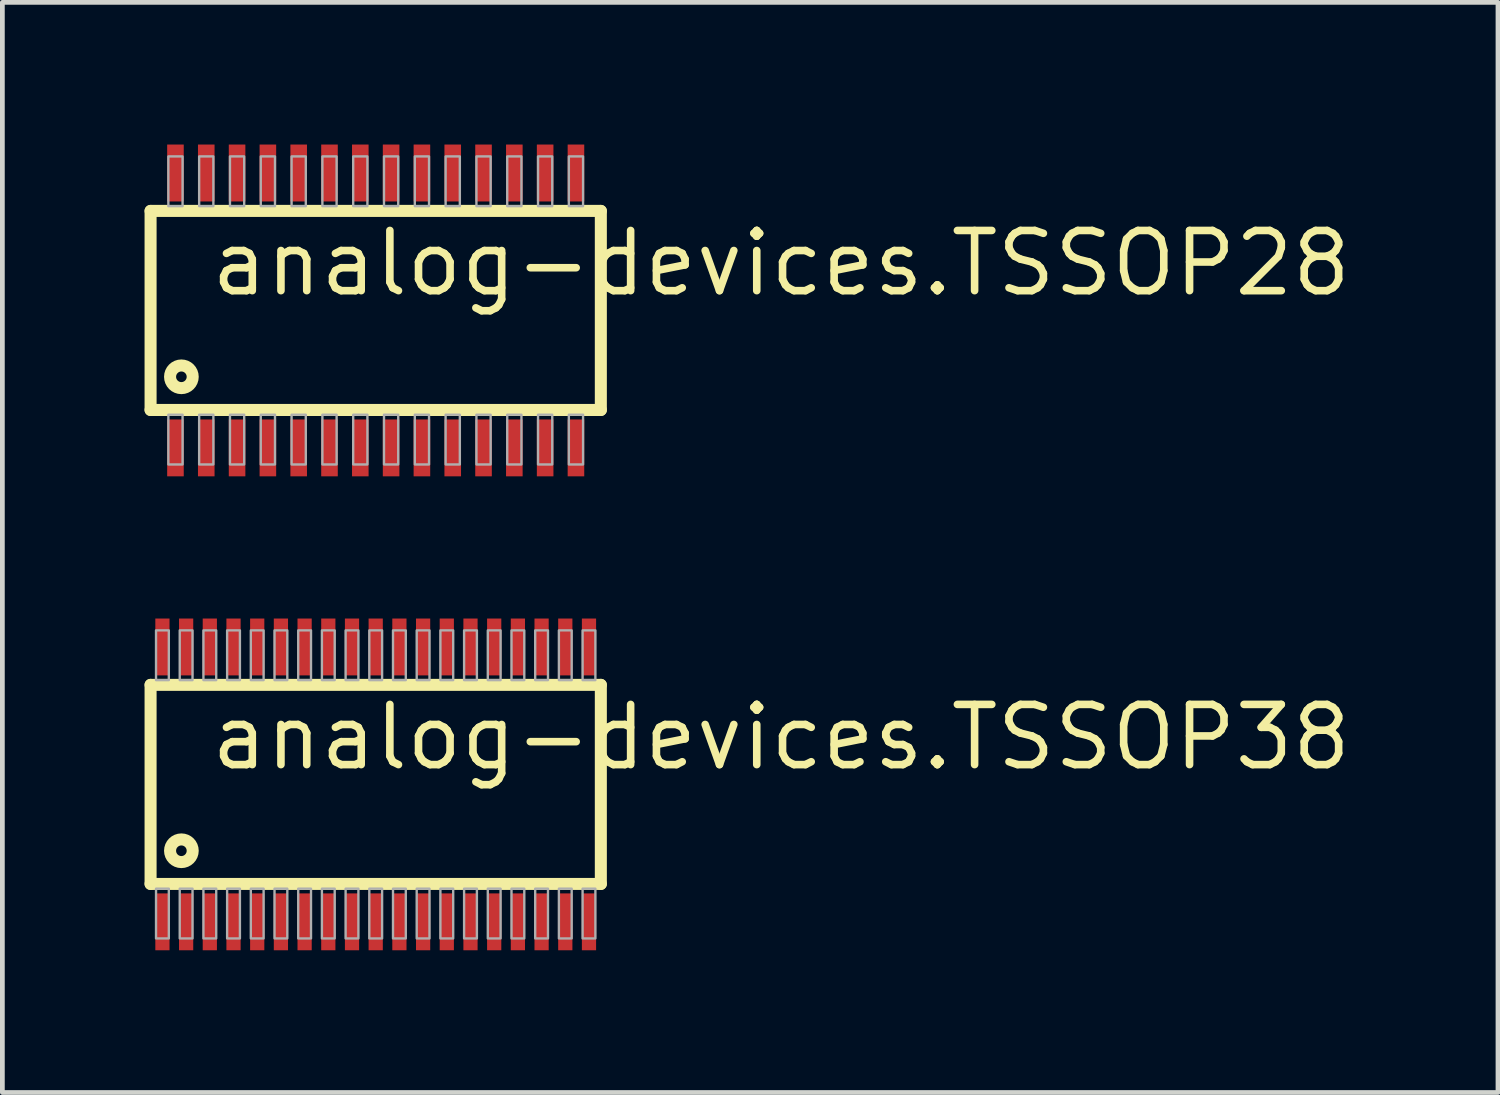
<source format=kicad_pcb>
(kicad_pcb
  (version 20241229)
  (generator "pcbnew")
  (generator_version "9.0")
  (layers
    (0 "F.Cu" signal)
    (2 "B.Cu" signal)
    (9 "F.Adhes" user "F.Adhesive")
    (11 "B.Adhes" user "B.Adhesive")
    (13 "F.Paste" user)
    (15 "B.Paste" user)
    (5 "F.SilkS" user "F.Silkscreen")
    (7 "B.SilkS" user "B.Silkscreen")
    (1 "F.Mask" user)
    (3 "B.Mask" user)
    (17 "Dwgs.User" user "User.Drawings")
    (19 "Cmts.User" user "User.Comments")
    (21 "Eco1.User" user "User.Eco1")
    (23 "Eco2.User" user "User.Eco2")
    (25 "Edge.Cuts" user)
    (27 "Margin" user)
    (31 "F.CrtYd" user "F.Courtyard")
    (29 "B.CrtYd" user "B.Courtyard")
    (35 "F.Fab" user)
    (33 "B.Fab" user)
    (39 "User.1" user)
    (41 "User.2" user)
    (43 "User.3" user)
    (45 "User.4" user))
  (footprint "analog-devices.TSSOP28"
    (layer "F.Cu")
    (at 4.877 3.5)
    (property "Reference" "analog-devices.TSSOP28" (at -3.556 -0.254 0) (layer "F.SilkS") (effects (font (size 1.27 1.27) (thickness 0.16)) (justify left bottom)))
    (attr smd)
    (fp_line (start -4.75 -2.1) (end -4.75 2.1) (stroke (width 0.254) (type default)) (layer "F.SilkS"))
    (fp_line (start -4.75 2.1) (end 4.75 2.1) (stroke (width 0.254) (type default)) (layer "F.SilkS"))
    (fp_line (start 4.75 -2.1) (end -4.75 -2.1) (stroke (width 0.254) (type default)) (layer "F.SilkS"))
    (fp_line (start 4.75 2.1) (end 4.75 -2.1) (stroke (width 0.254) (type default)) (layer "F.SilkS"))
    (fp_circle (center -4.1 1.4) (end -3.988 1.4) (stroke (width 0.254) (type default)) (fill no) (layer "F.SilkS"))
    (fp_rect (start -4.375 -2.2) (end -4.075 -3.25) (stroke (width 0.05) (type default)) (fill no) (layer "F.Fab"))
    (fp_rect (start -4.375 3.25) (end -4.075 2.2) (stroke (width 0.05) (type default)) (fill no) (layer "F.Fab"))
    (fp_rect (start -3.725 -2.2) (end -3.425 -3.25) (stroke (width 0.05) (type default)) (fill no) (layer "F.Fab"))
    (fp_rect (start -3.725 3.25) (end -3.425 2.2) (stroke (width 0.05) (type default)) (fill no) (layer "F.Fab"))
    (fp_rect (start -3.075 -2.2) (end -2.775 -3.25) (stroke (width 0.05) (type default)) (fill no) (layer "F.Fab"))
    (fp_rect (start -3.075 3.25) (end -2.775 2.2) (stroke (width 0.05) (type default)) (fill no) (layer "F.Fab"))
    (fp_rect (start -2.425 -2.2) (end -2.125 -3.25) (stroke (width 0.05) (type default)) (fill no) (layer "F.Fab"))
    (fp_rect (start -2.425 3.25) (end -2.125 2.2) (stroke (width 0.05) (type default)) (fill no) (layer "F.Fab"))
    (fp_rect (start -1.775 -2.2) (end -1.475 -3.25) (stroke (width 0.05) (type default)) (fill no) (layer "F.Fab"))
    (fp_rect (start -1.775 3.25) (end -1.475 2.2) (stroke (width 0.05) (type default)) (fill no) (layer "F.Fab"))
    (fp_rect (start -1.125 -2.2) (end -0.825 -3.25) (stroke (width 0.05) (type default)) (fill no) (layer "F.Fab"))
    (fp_rect (start -1.125 3.25) (end -0.825 2.2) (stroke (width 0.05) (type default)) (fill no) (layer "F.Fab"))
    (fp_rect (start -0.475 -2.2) (end -0.175 -3.25) (stroke (width 0.05) (type default)) (fill no) (layer "F.Fab"))
    (fp_rect (start -0.475 3.25) (end -0.175 2.2) (stroke (width 0.05) (type default)) (fill no) (layer "F.Fab"))
    (fp_rect (start 0.175 -2.2) (end 0.475 -3.25) (stroke (width 0.05) (type default)) (fill no) (layer "F.Fab"))
    (fp_rect (start 0.175 3.25) (end 0.475 2.2) (stroke (width 0.05) (type default)) (fill no) (layer "F.Fab"))
    (fp_rect (start 0.825 -2.2) (end 1.125 -3.25) (stroke (width 0.05) (type default)) (fill no) (layer "F.Fab"))
    (fp_rect (start 0.825 3.25) (end 1.125 2.2) (stroke (width 0.05) (type default)) (fill no) (layer "F.Fab"))
    (fp_rect (start 1.475 -2.2) (end 1.775 -3.25) (stroke (width 0.05) (type default)) (fill no) (layer "F.Fab"))
    (fp_rect (start 1.475 3.25) (end 1.775 2.2) (stroke (width 0.05) (type default)) (fill no) (layer "F.Fab"))
    (fp_rect (start 2.125 -2.2) (end 2.425 -3.25) (stroke (width 0.05) (type default)) (fill no) (layer "F.Fab"))
    (fp_rect (start 2.125 3.25) (end 2.425 2.2) (stroke (width 0.05) (type default)) (fill no) (layer "F.Fab"))
    (fp_rect (start 2.775 -2.2) (end 3.075 -3.25) (stroke (width 0.05) (type default)) (fill no) (layer "F.Fab"))
    (fp_rect (start 2.775 3.25) (end 3.075 2.2) (stroke (width 0.05) (type default)) (fill no) (layer "F.Fab"))
    (fp_rect (start 3.425 -2.2) (end 3.725 -3.25) (stroke (width 0.05) (type default)) (fill no) (layer "F.Fab"))
    (fp_rect (start 3.425 3.25) (end 3.725 2.2) (stroke (width 0.05) (type default)) (fill no) (layer "F.Fab"))
    (fp_rect (start 4.075 -2.2) (end 4.375 -3.25) (stroke (width 0.05) (type default)) (fill no) (layer "F.Fab"))
    (fp_rect (start 4.075 3.25) (end 4.375 2.2) (stroke (width 0.05) (type default)) (fill no) (layer "F.Fab"))
    (pad "1" smd roundrect (at -4.225 2.9) (size 0.35 1.2) (layers "F.Cu" "F.Mask" "F.Paste") (roundrect_rratio 0.01))
    (pad "2" smd roundrect (at -3.575 2.9) (size 0.35 1.2) (layers "F.Cu" "F.Mask" "F.Paste") (roundrect_rratio 0.01))
    (pad "3" smd roundrect (at -2.925 2.9) (size 0.35 1.2) (layers "F.Cu" "F.Mask" "F.Paste") (roundrect_rratio 0.01))
    (pad "4" smd roundrect (at -2.275 2.9) (size 0.35 1.2) (layers "F.Cu" "F.Mask" "F.Paste") (roundrect_rratio 0.01))
    (pad "5" smd roundrect (at -1.625 2.9) (size 0.35 1.2) (layers "F.Cu" "F.Mask" "F.Paste") (roundrect_rratio 0.01))
    (pad "6" smd roundrect (at -0.975 2.9) (size 0.35 1.2) (layers "F.Cu" "F.Mask" "F.Paste") (roundrect_rratio 0.01))
    (pad "7" smd roundrect (at -0.325 2.9) (size 0.35 1.2) (layers "F.Cu" "F.Mask" "F.Paste") (roundrect_rratio 0.01))
    (pad "8" smd roundrect (at 0.325 2.9) (size 0.35 1.2) (layers "F.Cu" "F.Mask" "F.Paste") (roundrect_rratio 0.01))
    (pad "9" smd roundrect (at 0.975 2.9) (size 0.35 1.2) (layers "F.Cu" "F.Mask" "F.Paste") (roundrect_rratio 0.01))
    (pad "10" smd roundrect (at 1.625 2.9) (size 0.35 1.2) (layers "F.Cu" "F.Mask" "F.Paste") (roundrect_rratio 0.01))
    (pad "11" smd roundrect (at 2.275 2.9) (size 0.35 1.2) (layers "F.Cu" "F.Mask" "F.Paste") (roundrect_rratio 0.01))
    (pad "12" smd roundrect (at 2.925 2.9) (size 0.35 1.2) (layers "F.Cu" "F.Mask" "F.Paste") (roundrect_rratio 0.01))
    (pad "13" smd roundrect (at 3.575 2.9) (size 0.35 1.2) (layers "F.Cu" "F.Mask" "F.Paste") (roundrect_rratio 0.01))
    (pad "14" smd roundrect (at 4.225 2.9) (size 0.35 1.2) (layers "F.Cu" "F.Mask" "F.Paste") (roundrect_rratio 0.01))
    (pad "15" smd roundrect (at 4.225 -2.9) (size 0.35 1.2) (layers "F.Cu" "F.Mask" "F.Paste") (roundrect_rratio 0.01))
    (pad "16" smd roundrect (at 3.575 -2.9) (size 0.35 1.2) (layers "F.Cu" "F.Mask" "F.Paste") (roundrect_rratio 0.01))
    (pad "17" smd roundrect (at 2.925 -2.9) (size 0.35 1.2) (layers "F.Cu" "F.Mask" "F.Paste") (roundrect_rratio 0.01))
    (pad "18" smd roundrect (at 2.275 -2.9) (size 0.35 1.2) (layers "F.Cu" "F.Mask" "F.Paste") (roundrect_rratio 0.01))
    (pad "19" smd roundrect (at 1.625 -2.9) (size 0.35 1.2) (layers "F.Cu" "F.Mask" "F.Paste") (roundrect_rratio 0.01))
    (pad "20" smd roundrect (at 0.975 -2.9) (size 0.35 1.2) (layers "F.Cu" "F.Mask" "F.Paste") (roundrect_rratio 0.01))
    (pad "21" smd roundrect (at 0.325 -2.9) (size 0.35 1.2) (layers "F.Cu" "F.Mask" "F.Paste") (roundrect_rratio 0.01))
    (pad "22" smd roundrect (at -0.325 -2.9) (size 0.35 1.2) (layers "F.Cu" "F.Mask" "F.Paste") (roundrect_rratio 0.01))
    (pad "23" smd roundrect (at -0.975 -2.9) (size 0.35 1.2) (layers "F.Cu" "F.Mask" "F.Paste") (roundrect_rratio 0.01))
    (pad "24" smd roundrect (at -1.625 -2.9) (size 0.35 1.2) (layers "F.Cu" "F.Mask" "F.Paste") (roundrect_rratio 0.01))
    (pad "25" smd roundrect (at -2.275 -2.9) (size 0.35 1.2) (layers "F.Cu" "F.Mask" "F.Paste") (roundrect_rratio 0.01))
    (pad "26" smd roundrect (at -2.925 -2.9) (size 0.35 1.2) (layers "F.Cu" "F.Mask" "F.Paste") (roundrect_rratio 0.01))
    (pad "27" smd roundrect (at -3.575 -2.9) (size 0.35 1.2) (layers "F.Cu" "F.Mask" "F.Paste") (roundrect_rratio 0.01))
    (pad "28" smd roundrect (at -4.225 -2.9) (size 0.35 1.2) (layers "F.Cu" "F.Mask" "F.Paste") (roundrect_rratio 0.01)))
  (footprint "analog-devices.TSSOP38"
    (layer "F.Cu")
    (at 4.877 13.5)
    (property "Reference" "analog-devices.TSSOP38" (at -3.556 -0.254 0) (layer "F.SilkS") (effects (font (size 1.27 1.27) (thickness 0.16)) (justify left bottom)))
    (attr smd)
    (fp_line (start -4.75 -2.1) (end -4.75 2.1) (stroke (width 0.254) (type default)) (layer "F.SilkS"))
    (fp_line (start -4.75 2.1) (end 4.75 2.1) (stroke (width 0.254) (type default)) (layer "F.SilkS"))
    (fp_line (start 4.75 -2.1) (end -4.75 -2.1) (stroke (width 0.254) (type default)) (layer "F.SilkS"))
    (fp_line (start 4.75 2.1) (end 4.75 -2.1) (stroke (width 0.254) (type default)) (layer "F.SilkS"))
    (fp_circle (center -4.1 1.4) (end -3.988 1.4) (stroke (width 0.254) (type default)) (fill no) (layer "F.SilkS"))
    (fp_rect (start -4.635 -2.2) (end -4.365 -3.25) (stroke (width 0.05) (type default)) (fill no) (layer "F.Fab"))
    (fp_rect (start -4.635 3.25) (end -4.365 2.2) (stroke (width 0.05) (type default)) (fill no) (layer "F.Fab"))
    (fp_rect (start -4.135 -2.2) (end -3.865 -3.25) (stroke (width 0.05) (type default)) (fill no) (layer "F.Fab"))
    (fp_rect (start -4.135 3.25) (end -3.865 2.2) (stroke (width 0.05) (type default)) (fill no) (layer "F.Fab"))
    (fp_rect (start -3.635 -2.2) (end -3.365 -3.25) (stroke (width 0.05) (type default)) (fill no) (layer "F.Fab"))
    (fp_rect (start -3.635 3.25) (end -3.365 2.2) (stroke (width 0.05) (type default)) (fill no) (layer "F.Fab"))
    (fp_rect (start -3.135 -2.2) (end -2.865 -3.25) (stroke (width 0.05) (type default)) (fill no) (layer "F.Fab"))
    (fp_rect (start -3.135 3.25) (end -2.865 2.2) (stroke (width 0.05) (type default)) (fill no) (layer "F.Fab"))
    (fp_rect (start -2.635 -2.2) (end -2.365 -3.25) (stroke (width 0.05) (type default)) (fill no) (layer "F.Fab"))
    (fp_rect (start -2.635 3.25) (end -2.365 2.2) (stroke (width 0.05) (type default)) (fill no) (layer "F.Fab"))
    (fp_rect (start -2.135 -2.2) (end -1.865 -3.25) (stroke (width 0.05) (type default)) (fill no) (layer "F.Fab"))
    (fp_rect (start -2.135 3.25) (end -1.865 2.2) (stroke (width 0.05) (type default)) (fill no) (layer "F.Fab"))
    (fp_rect (start -1.635 -2.2) (end -1.365 -3.25) (stroke (width 0.05) (type default)) (fill no) (layer "F.Fab"))
    (fp_rect (start -1.635 3.25) (end -1.365 2.2) (stroke (width 0.05) (type default)) (fill no) (layer "F.Fab"))
    (fp_rect (start -1.135 -2.2) (end -0.865 -3.25) (stroke (width 0.05) (type default)) (fill no) (layer "F.Fab"))
    (fp_rect (start -1.135 3.25) (end -0.865 2.2) (stroke (width 0.05) (type default)) (fill no) (layer "F.Fab"))
    (fp_rect (start -0.635 -2.2) (end -0.365 -3.25) (stroke (width 0.05) (type default)) (fill no) (layer "F.Fab"))
    (fp_rect (start -0.635 3.25) (end -0.365 2.2) (stroke (width 0.05) (type default)) (fill no) (layer "F.Fab"))
    (fp_rect (start -0.135 -2.2) (end 0.135 -3.25) (stroke (width 0.05) (type default)) (fill no) (layer "F.Fab"))
    (fp_rect (start -0.135 3.25) (end 0.135 2.2) (stroke (width 0.05) (type default)) (fill no) (layer "F.Fab"))
    (fp_rect (start 0.365 -2.2) (end 0.635 -3.25) (stroke (width 0.05) (type default)) (fill no) (layer "F.Fab"))
    (fp_rect (start 0.365 3.25) (end 0.635 2.2) (stroke (width 0.05) (type default)) (fill no) (layer "F.Fab"))
    (fp_rect (start 0.865 -2.2) (end 1.135 -3.25) (stroke (width 0.05) (type default)) (fill no) (layer "F.Fab"))
    (fp_rect (start 0.865 3.25) (end 1.135 2.2) (stroke (width 0.05) (type default)) (fill no) (layer "F.Fab"))
    (fp_rect (start 1.365 -2.2) (end 1.635 -3.25) (stroke (width 0.05) (type default)) (fill no) (layer "F.Fab"))
    (fp_rect (start 1.365 3.25) (end 1.635 2.2) (stroke (width 0.05) (type default)) (fill no) (layer "F.Fab"))
    (fp_rect (start 1.865 -2.2) (end 2.135 -3.25) (stroke (width 0.05) (type default)) (fill no) (layer "F.Fab"))
    (fp_rect (start 1.865 3.25) (end 2.135 2.2) (stroke (width 0.05) (type default)) (fill no) (layer "F.Fab"))
    (fp_rect (start 2.365 -2.2) (end 2.635 -3.25) (stroke (width 0.05) (type default)) (fill no) (layer "F.Fab"))
    (fp_rect (start 2.365 3.25) (end 2.635 2.2) (stroke (width 0.05) (type default)) (fill no) (layer "F.Fab"))
    (fp_rect (start 2.865 -2.2) (end 3.135 -3.25) (stroke (width 0.05) (type default)) (fill no) (layer "F.Fab"))
    (fp_rect (start 2.865 3.25) (end 3.135 2.2) (stroke (width 0.05) (type default)) (fill no) (layer "F.Fab"))
    (fp_rect (start 3.365 -2.2) (end 3.635 -3.25) (stroke (width 0.05) (type default)) (fill no) (layer "F.Fab"))
    (fp_rect (start 3.365 3.25) (end 3.635 2.2) (stroke (width 0.05) (type default)) (fill no) (layer "F.Fab"))
    (fp_rect (start 3.865 -2.2) (end 4.135 -3.25) (stroke (width 0.05) (type default)) (fill no) (layer "F.Fab"))
    (fp_rect (start 3.865 3.25) (end 4.135 2.2) (stroke (width 0.05) (type default)) (fill no) (layer "F.Fab"))
    (fp_rect (start 4.365 -2.2) (end 4.635 -3.25) (stroke (width 0.05) (type default)) (fill no) (layer "F.Fab"))
    (fp_rect (start 4.365 3.25) (end 4.635 2.2) (stroke (width 0.05) (type default)) (fill no) (layer "F.Fab"))
    (pad "1" smd roundrect (at -4.5 2.9) (size 0.3 1.2) (layers "F.Cu" "F.Mask" "F.Paste") (roundrect_rratio 0.01))
    (pad "2" smd roundrect (at -4 2.9) (size 0.3 1.2) (layers "F.Cu" "F.Mask" "F.Paste") (roundrect_rratio 0.01))
    (pad "3" smd roundrect (at -3.5 2.9) (size 0.3 1.2) (layers "F.Cu" "F.Mask" "F.Paste") (roundrect_rratio 0.01))
    (pad "4" smd roundrect (at -3 2.9) (size 0.3 1.2) (layers "F.Cu" "F.Mask" "F.Paste") (roundrect_rratio 0.01))
    (pad "5" smd roundrect (at -2.5 2.9) (size 0.3 1.2) (layers "F.Cu" "F.Mask" "F.Paste") (roundrect_rratio 0.01))
    (pad "6" smd roundrect (at -2 2.9) (size 0.3 1.2) (layers "F.Cu" "F.Mask" "F.Paste") (roundrect_rratio 0.01))
    (pad "7" smd roundrect (at -1.5 2.9) (size 0.3 1.2) (layers "F.Cu" "F.Mask" "F.Paste") (roundrect_rratio 0.01))
    (pad "8" smd roundrect (at -1 2.9) (size 0.3 1.2) (layers "F.Cu" "F.Mask" "F.Paste") (roundrect_rratio 0.01))
    (pad "9" smd roundrect (at -0.5 2.9) (size 0.3 1.2) (layers "F.Cu" "F.Mask" "F.Paste") (roundrect_rratio 0.01))
    (pad "10" smd roundrect (at 0 2.9) (size 0.3 1.2) (layers "F.Cu" "F.Mask" "F.Paste") (roundrect_rratio 0.01))
    (pad "11" smd roundrect (at 0.5 2.9) (size 0.3 1.2) (layers "F.Cu" "F.Mask" "F.Paste") (roundrect_rratio 0.01))
    (pad "12" smd roundrect (at 1 2.9) (size 0.3 1.2) (layers "F.Cu" "F.Mask" "F.Paste") (roundrect_rratio 0.01))
    (pad "13" smd roundrect (at 1.5 2.9) (size 0.3 1.2) (layers "F.Cu" "F.Mask" "F.Paste") (roundrect_rratio 0.01))
    (pad "14" smd roundrect (at 2 2.9) (size 0.3 1.2) (layers "F.Cu" "F.Mask" "F.Paste") (roundrect_rratio 0.01))
    (pad "15" smd roundrect (at 2.5 2.9) (size 0.3 1.2) (layers "F.Cu" "F.Mask" "F.Paste") (roundrect_rratio 0.01))
    (pad "16" smd roundrect (at 3 2.9) (size 0.3 1.2) (layers "F.Cu" "F.Mask" "F.Paste") (roundrect_rratio 0.01))
    (pad "17" smd roundrect (at 3.5 2.9) (size 0.3 1.2) (layers "F.Cu" "F.Mask" "F.Paste") (roundrect_rratio 0.01))
    (pad "18" smd roundrect (at 4 2.9) (size 0.3 1.2) (layers "F.Cu" "F.Mask" "F.Paste") (roundrect_rratio 0.01))
    (pad "19" smd roundrect (at 4.5 2.9) (size 0.3 1.2) (layers "F.Cu" "F.Mask" "F.Paste") (roundrect_rratio 0.01))
    (pad "20" smd roundrect (at 4.5 -2.9 180) (size 0.3 1.2) (layers "F.Cu" "F.Mask" "F.Paste") (roundrect_rratio 0.01))
    (pad "21" smd roundrect (at 4 -2.9 180) (size 0.3 1.2) (layers "F.Cu" "F.Mask" "F.Paste") (roundrect_rratio 0.01))
    (pad "22" smd roundrect (at 3.5 -2.9 180) (size 0.3 1.2) (layers "F.Cu" "F.Mask" "F.Paste") (roundrect_rratio 0.01))
    (pad "23" smd roundrect (at 3 -2.9 180) (size 0.3 1.2) (layers "F.Cu" "F.Mask" "F.Paste") (roundrect_rratio 0.01))
    (pad "24" smd roundrect (at 2.5 -2.9 180) (size 0.3 1.2) (layers "F.Cu" "F.Mask" "F.Paste") (roundrect_rratio 0.01))
    (pad "25" smd roundrect (at 2 -2.9 180) (size 0.3 1.2) (layers "F.Cu" "F.Mask" "F.Paste") (roundrect_rratio 0.01))
    (pad "26" smd roundrect (at 1.5 -2.9 180) (size 0.3 1.2) (layers "F.Cu" "F.Mask" "F.Paste") (roundrect_rratio 0.01))
    (pad "27" smd roundrect (at 1 -2.9 180) (size 0.3 1.2) (layers "F.Cu" "F.Mask" "F.Paste") (roundrect_rratio 0.01))
    (pad "28" smd roundrect (at 0.5 -2.9 180) (size 0.3 1.2) (layers "F.Cu" "F.Mask" "F.Paste") (roundrect_rratio 0.01))
    (pad "29" smd roundrect (at 0 -2.9 180) (size 0.3 1.2) (layers "F.Cu" "F.Mask" "F.Paste") (roundrect_rratio 0.01))
    (pad "30" smd roundrect (at -0.5 -2.9 180) (size 0.3 1.2) (layers "F.Cu" "F.Mask" "F.Paste") (roundrect_rratio 0.01))
    (pad "31" smd roundrect (at -1 -2.9 180) (size 0.3 1.2) (layers "F.Cu" "F.Mask" "F.Paste") (roundrect_rratio 0.01))
    (pad "32" smd roundrect (at -1.5 -2.9 180) (size 0.3 1.2) (layers "F.Cu" "F.Mask" "F.Paste") (roundrect_rratio 0.01))
    (pad "33" smd roundrect (at -2 -2.9 180) (size 0.3 1.2) (layers "F.Cu" "F.Mask" "F.Paste") (roundrect_rratio 0.01))
    (pad "34" smd roundrect (at -2.5 -2.9 180) (size 0.3 1.2) (layers "F.Cu" "F.Mask" "F.Paste") (roundrect_rratio 0.01))
    (pad "35" smd roundrect (at -3 -2.9 180) (size 0.3 1.2) (layers "F.Cu" "F.Mask" "F.Paste") (roundrect_rratio 0.01))
    (pad "36" smd roundrect (at -3.5 -2.9 180) (size 0.3 1.2) (layers "F.Cu" "F.Mask" "F.Paste") (roundrect_rratio 0.01))
    (pad "37" smd roundrect (at -4 -2.9 180) (size 0.3 1.2) (layers "F.Cu" "F.Mask" "F.Paste") (roundrect_rratio 0.01))
    (pad "38" smd roundrect (at -4.5 -2.9 180) (size 0.3 1.2) (layers "F.Cu" "F.Mask" "F.Paste") (roundrect_rratio 0.01)))
  (gr_rect
    (start -3 -3)
    (end 28.556 20)
    (stroke (width 0.1) (type default))
    (fill no)
    (layer "Edge.Cuts")))
</source>
